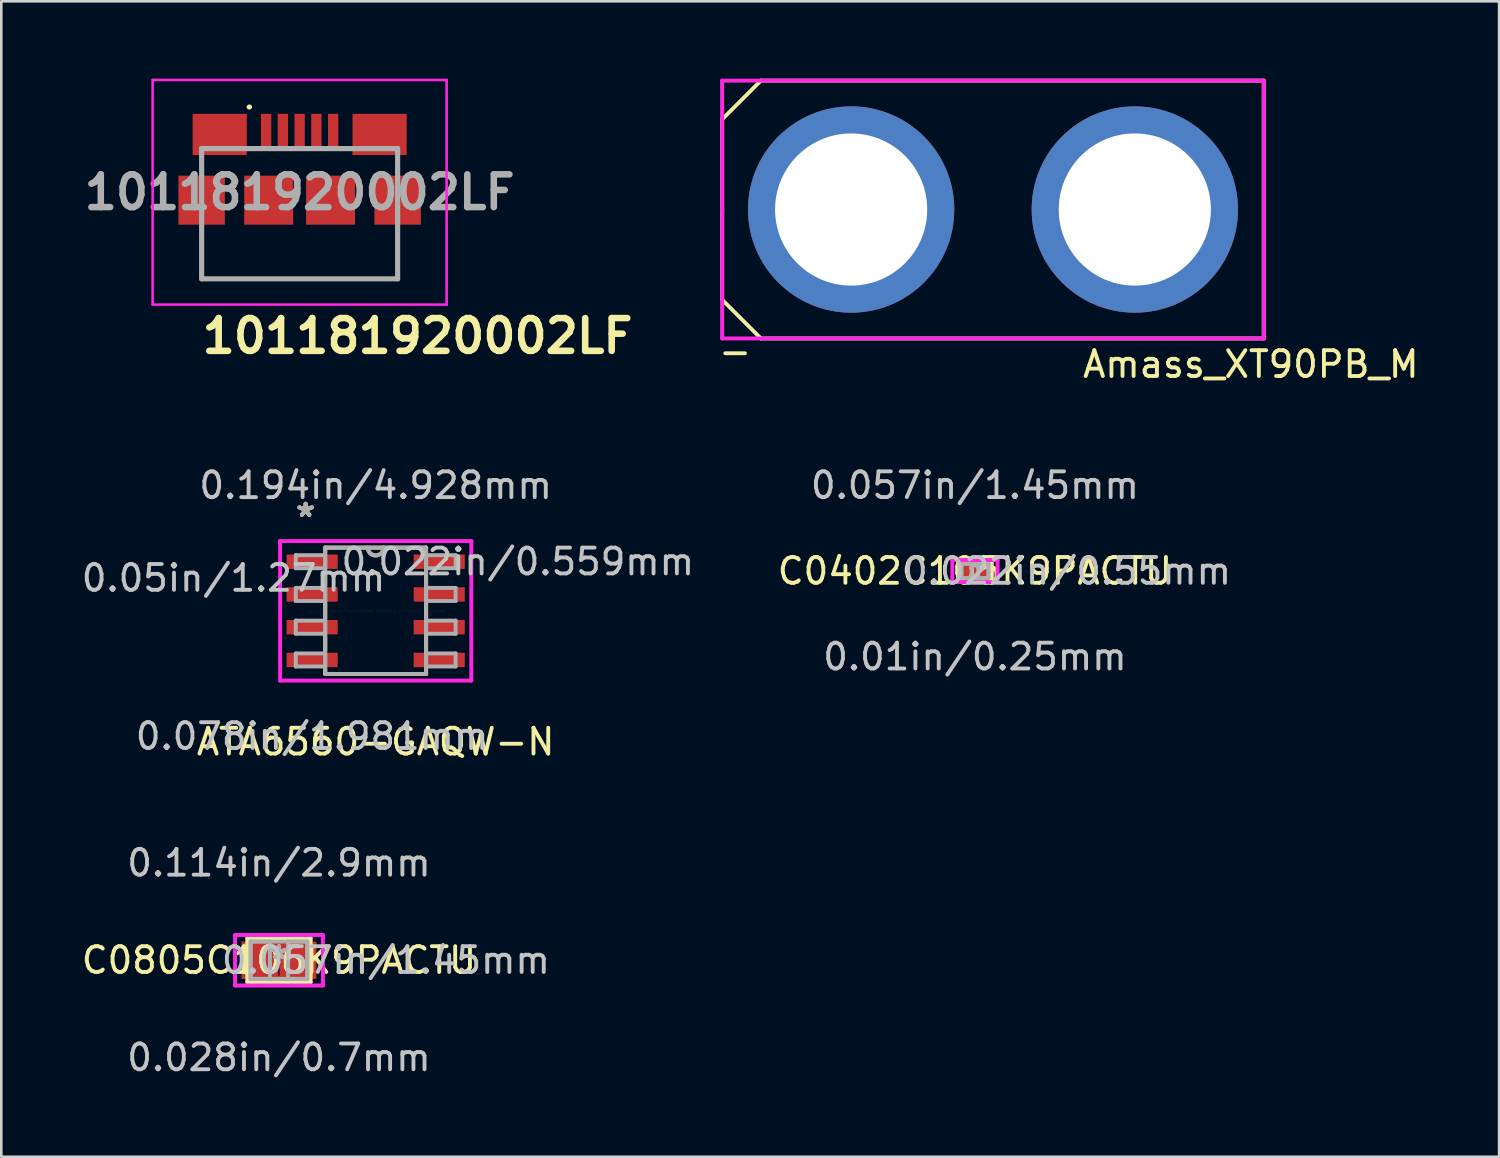
<source format=kicad_pcb>
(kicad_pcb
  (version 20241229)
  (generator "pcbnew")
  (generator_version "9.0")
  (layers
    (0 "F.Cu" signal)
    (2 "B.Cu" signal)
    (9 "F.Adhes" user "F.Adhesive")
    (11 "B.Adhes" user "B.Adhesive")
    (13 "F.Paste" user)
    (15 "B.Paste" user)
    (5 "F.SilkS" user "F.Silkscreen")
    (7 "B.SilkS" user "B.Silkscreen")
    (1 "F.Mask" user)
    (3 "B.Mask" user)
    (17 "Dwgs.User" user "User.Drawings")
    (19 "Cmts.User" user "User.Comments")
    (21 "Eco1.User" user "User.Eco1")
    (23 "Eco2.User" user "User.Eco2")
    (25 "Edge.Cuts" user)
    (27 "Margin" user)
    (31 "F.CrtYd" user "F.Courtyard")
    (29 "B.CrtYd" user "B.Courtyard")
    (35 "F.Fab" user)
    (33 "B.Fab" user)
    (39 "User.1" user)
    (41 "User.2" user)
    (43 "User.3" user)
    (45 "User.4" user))
  (footprint "Amass_XT90PB_M"
    (layer "F.Cu")
    (at 35.455 5.075)
    (property "Reference" "Amass_XT90PB_M" (at 10 6 0) (layer "F.SilkS") (effects (font (size 1 1) (thickness 0.15))))
    (attr through_hole)
    (fp_line (start -10.5 -3.5) (end -9 -5) (stroke (width 0.15) (type solid)) (layer "F.SilkS"))
    (fp_line (start -10.5 0) (end -10.5 -3.5) (stroke (width 0.15) (type solid)) (layer "F.SilkS"))
    (fp_line (start -10.5 3.5) (end -10.5 0) (stroke (width 0.15) (type solid)) (layer "F.SilkS"))
    (fp_line (start -10.5 3.5) (end -9 5) (stroke (width 0.15) (type solid)) (layer "F.SilkS"))
    (fp_line (start -9 -5) (end 10.5 -5) (stroke (width 0.15) (type solid)) (layer "F.SilkS"))
    (fp_line (start 10.5 -5) (end 10.5 5) (stroke (width 0.15) (type solid)) (layer "F.SilkS"))
    (fp_line (start 10.5 5) (end -9 5) (stroke (width 0.15) (type solid)) (layer "F.SilkS"))
    (fp_line (start -10.5 -5) (end 10.5 -5) (stroke (width 0.15) (type solid)) (layer "F.CrtYd"))
    (fp_line (start -10.5 0) (end -10.5 -5) (stroke (width 0.15) (type solid)) (layer "F.CrtYd"))
    (fp_line (start -10.5 5) (end -10.5 0) (stroke (width 0.15) (type solid)) (layer "F.CrtYd"))
    (fp_line (start 10.5 -5) (end 10.5 5) (stroke (width 0.15) (type solid)) (layer "F.CrtYd"))
    (fp_line (start 10.5 5) (end -10.5 5) (stroke (width 0.15) (type solid)) (layer "F.CrtYd"))
    (fp_line (start -10.5 -5) (end -10.5 5) (stroke (width 0.12) (type solid)) (layer "F.Fab"))
    (fp_line (start -10.5 5) (end 10.5 5) (stroke (width 0.12) (type solid)) (layer "F.Fab"))
    (fp_line (start 10.5 -5) (end -10.5 -5) (stroke (width 0.12) (type solid)) (layer "F.Fab"))
    (fp_line (start 10.5 5) (end 10.5 -5) (stroke (width 0.12) (type solid)) (layer "F.Fab"))
    (fp_text user "-" (at -10 5.5 0) (layer "F.SilkS") (effects (font (size 1 1) (thickness 0.15))))
    (pad "1" thru_hole circle (at -5.5 0) (size 8 8) (drill 5.9) (layers "*.Cu" "*.Mask"))
    (pad "2" thru_hole circle (at 5.5 0) (size 8 8) (drill 5.9) (layers "*.Cu" "*.Mask")))
  (footprint "C0805C106K9PACTU"
    (layer "F.Cu")
    (at 7.768 34.185)
    (property "Reference" "C0805C106K9PACTU" (at 0 0 0) (layer "F.SilkS") (effects (font (size 1 1) (thickness 0.15))))
    (attr through_hole)
    (fp_line (start -0.099 -0.674) (end 0.099 -0.674) (stroke (width 0.152) (type solid)) (layer "F.Cu"))
    (fp_line (start -0.099 0.674) (end -0.099 -0.674) (stroke (width 0.152) (type solid)) (layer "F.Cu"))
    (fp_line (start 0.099 -0.674) (end 0.099 0.674) (stroke (width 0.152) (type solid)) (layer "F.Cu"))
    (fp_line (start 0.099 0.674) (end -0.099 0.674) (stroke (width 0.152) (type solid)) (layer "F.Cu"))
    (fp_line (start -1.227 -0.852) (end -1.227 0.852) (stroke (width 0.152) (type solid)) (layer "F.SilkS"))
    (fp_line (start -1.227 0.852) (end 1.227 0.852) (stroke (width 0.152) (type solid)) (layer "F.SilkS"))
    (fp_line (start 1.227 -0.852) (end -1.227 -0.852) (stroke (width 0.152) (type solid)) (layer "F.SilkS"))
    (fp_line (start 1.227 0.852) (end 1.227 -0.852) (stroke (width 0.152) (type solid)) (layer "F.SilkS"))
    (fp_line (start -1.704 -0.979) (end 1.704 -0.979) (stroke (width 0.152) (type solid)) (layer "F.CrtYd"))
    (fp_line (start -1.704 0.979) (end -1.704 -0.979) (stroke (width 0.152) (type solid)) (layer "F.CrtYd"))
    (fp_line (start 1.704 -0.979) (end 1.704 0.979) (stroke (width 0.152) (type solid)) (layer "F.CrtYd"))
    (fp_line (start 1.704 0.979) (end -1.704 0.979) (stroke (width 0.152) (type solid)) (layer "F.CrtYd"))
    (fp_line (start -1.1 -0.725) (end -1.1 0.725) (stroke (width 0.152) (type solid)) (layer "F.Fab"))
    (fp_line (start -1.1 -0.725) (end -1.1 0.725) (stroke (width 0.152) (type solid)) (layer "F.Fab"))
    (fp_line (start -1.1 0.725) (end -0.35 0.725) (stroke (width 0.152) (type solid)) (layer "F.Fab"))
    (fp_line (start -1.1 0.725) (end 1.1 0.725) (stroke (width 0.152) (type solid)) (layer "F.Fab"))
    (fp_line (start -0.35 -0.725) (end -1.1 -0.725) (stroke (width 0.152) (type solid)) (layer "F.Fab"))
    (fp_line (start -0.35 0.725) (end -0.35 -0.725) (stroke (width 0.152) (type solid)) (layer "F.Fab"))
    (fp_line (start 0.35 -0.725) (end 0.35 0.725) (stroke (width 0.152) (type solid)) (layer "F.Fab"))
    (fp_line (start 0.35 0.725) (end 1.1 0.725) (stroke (width 0.152) (type solid)) (layer "F.Fab"))
    (fp_line (start 1.1 -0.725) (end -1.1 -0.725) (stroke (width 0.152) (type solid)) (layer "F.Fab"))
    (fp_line (start 1.1 -0.725) (end 0.35 -0.725) (stroke (width 0.152) (type solid)) (layer "F.Fab"))
    (fp_line (start 1.1 0.725) (end 1.1 -0.725) (stroke (width 0.152) (type solid)) (layer "F.Fab"))
    (fp_line (start 1.1 0.725) (end 1.1 -0.725) (stroke (width 0.152) (type solid)) (layer "F.Fab"))
    (fp_text user "*" (at 0 0 0) (layer "F.SilkS") (effects (font (size 1 1) (thickness 0.15))))
    (fp_text user "0.114in/2.9mm" (at 0 -3.773 0) (layer "Dwgs.User") (effects (font (size 1 1) (thickness 0.15))))
    (fp_text user "0.028in/0.7mm" (at 0 3.773 0) (layer "Dwgs.User") (effects (font (size 1 1) (thickness 0.15))))
    (fp_text user "0.057in/1.45mm" (at 4.148 0 0) (layer "Dwgs.User") (effects (font (size 1 1) (thickness 0.15))))
    (fp_text user "Copyright 2016 Accelerated Designs. All rights reserved." (at 0 0 0) (layer "Cmts.User") (effects (font (size 0.127 0.127) (thickness 0.002))))
    (fp_text user "*" (at 0 0 0) (layer "F.Fab") (effects (font (size 1 1) (thickness 0.15))))
    (pad "1" smd rect (at -0.8 0) (size 1.3 1.45) (layers "F.Cu" "F.Mask" "F.Paste"))
    (pad "2" smd rect (at 0.8 0) (size 1.3 1.45) (layers "F.Cu" "F.Mask" "F.Paste")))
  (footprint "101181920002LF"
    (layer "F.Cu")
    (at 8.569 4.9)
    (property "Reference" "101181920002LF" (at 4.572 5.08 0) (layer "F.SilkS") (effects (font (size 1.27 1.27) (thickness 0.254))))
    (attr smd)
    (fp_line (start -3.8 -1.662) (end -3.8 -1.462) (stroke (width 0.1) (type solid)) (layer "F.SilkS"))
    (fp_line (start -3.8 1.138) (end -3.8 2.862) (stroke (width 0.1) (type solid)) (layer "F.SilkS"))
    (fp_line (start -3.8 2.862) (end 3.8 2.862) (stroke (width 0.1) (type solid)) (layer "F.SilkS"))
    (fp_line (start -2 -3.8) (end -2 -3.8) (stroke (width 0.1) (type solid)) (layer "F.SilkS"))
    (fp_line (start -1.9 -3.8) (end -1.9 -3.8) (stroke (width 0.1) (type solid)) (layer "F.SilkS"))
    (fp_line (start 3.8 -1.662) (end 3.8 -1.462) (stroke (width 0.1) (type solid)) (layer "F.SilkS"))
    (fp_line (start 3.8 2.862) (end 3.8 1.138) (stroke (width 0.1) (type solid)) (layer "F.SilkS"))
    (fp_arc (start -2 -3.8) (mid -1.95 -3.85) (end -1.9 -3.8) (stroke (width 0.1) (type solid)) (layer "F.SilkS"))
    (fp_arc (start -1.9 -3.8) (mid -1.95 -3.75) (end -2 -3.8) (stroke (width 0.1) (type solid)) (layer "F.SilkS"))
    (fp_line (start -5.7 -4.85) (end 5.7 -4.85) (stroke (width 0.1) (type solid)) (layer "F.CrtYd"))
    (fp_line (start -5.7 3.862) (end -5.7 -4.85) (stroke (width 0.1) (type solid)) (layer "F.CrtYd"))
    (fp_line (start 5.7 -4.85) (end 5.7 3.862) (stroke (width 0.1) (type solid)) (layer "F.CrtYd"))
    (fp_line (start 5.7 3.862) (end -5.7 3.862) (stroke (width 0.1) (type solid)) (layer "F.CrtYd"))
    (fp_line (start -3.8 -2.188) (end 3.8 -2.188) (stroke (width 0.2) (type solid)) (layer "F.Fab"))
    (fp_line (start -3.8 2.862) (end -3.8 -2.188) (stroke (width 0.2) (type solid)) (layer "F.Fab"))
    (fp_line (start 3.8 -2.188) (end 3.8 2.862) (stroke (width 0.2) (type solid)) (layer "F.Fab"))
    (fp_line (start 3.8 2.862) (end -3.8 2.862) (stroke (width 0.2) (type solid)) (layer "F.Fab"))
    (fp_text user "${REFERENCE}" (at 0 -0.494 0) (layer "F.Fab") (effects (font (size 1.27 1.27) (thickness 0.254))))
    (pad "1" smd rect (at -1.3 -2.862) (size 0.4 1.35) (layers "F.Cu" "F.Mask" "F.Paste"))
    (pad "2" smd rect (at -0.65 -2.862) (size 0.4 1.35) (layers "F.Cu" "F.Mask" "F.Paste"))
    (pad "3" smd rect (at 0 -2.862) (size 0.4 1.35) (layers "F.Cu" "F.Mask" "F.Paste"))
    (pad "4" smd rect (at 0.65 -2.862) (size 0.4 1.35) (layers "F.Cu" "F.Mask" "F.Paste"))
    (pad "5" smd rect (at 1.3 -2.862) (size 0.4 1.35) (layers "F.Cu" "F.Mask" "F.Paste"))
    (pad "MP1" smd rect (at -3.1 -2.737 90) (size 1.6 2.1) (layers "F.Cu" "F.Mask" "F.Paste"))
    (pad "MP2" smd rect (at -3.8 -0.188) (size 1.8 1.9) (layers "F.Cu" "F.Mask" "F.Paste"))
    (pad "MP3" smd rect (at -1.2 -0.188) (size 1.9 1.9) (layers "F.Cu" "F.Mask" "F.Paste"))
    (pad "MP4" smd rect (at 1.2 -0.188) (size 1.9 1.9) (layers "F.Cu" "F.Mask" "F.Paste"))
    (pad "MP5" smd rect (at 3.8 -0.188) (size 1.8 1.9) (layers "F.Cu" "F.Mask" "F.Paste"))
    (pad "MP6" smd rect (at 3.1 -2.737 90) (size 1.6 2.1) (layers "F.Cu" "F.Mask" "F.Paste")))
  (footprint "C0402C105K9PACTU"
    (layer "F.Cu")
    (at 34.756 19.094)
    (property "Reference" "C0402C105K9PACTU" (at 0 0 0) (layer "F.SilkS") (effects (font (size 1 1) (thickness 0.15))))
    (attr through_hole)
    (fp_line (start -0.024 -0.224) (end 0.024 -0.224) (stroke (width 0.152) (type solid)) (layer "F.Cu"))
    (fp_line (start -0.024 0.224) (end -0.024 -0.224) (stroke (width 0.152) (type solid)) (layer "F.Cu"))
    (fp_line (start 0.024 -0.224) (end 0.024 0.224) (stroke (width 0.152) (type solid)) (layer "F.Cu"))
    (fp_line (start 0.024 0.224) (end -0.024 0.224) (stroke (width 0.152) (type solid)) (layer "F.Cu"))
    (fp_line (start -0.652 -0.402) (end -0.652 0.402) (stroke (width 0.152) (type solid)) (layer "F.SilkS"))
    (fp_line (start -0.652 0.402) (end 0.652 0.402) (stroke (width 0.152) (type solid)) (layer "F.SilkS"))
    (fp_line (start 0.652 -0.402) (end -0.652 -0.402) (stroke (width 0.152) (type solid)) (layer "F.SilkS"))
    (fp_line (start 0.652 0.402) (end 0.652 -0.402) (stroke (width 0.152) (type solid)) (layer "F.SilkS"))
    (fp_line (start -0.877 -0.427) (end 0.877 -0.427) (stroke (width 0.152) (type solid)) (layer "F.CrtYd"))
    (fp_line (start -0.877 0.427) (end -0.877 -0.427) (stroke (width 0.152) (type solid)) (layer "F.CrtYd"))
    (fp_line (start 0.877 -0.427) (end 0.877 0.427) (stroke (width 0.152) (type solid)) (layer "F.CrtYd"))
    (fp_line (start 0.877 0.427) (end -0.877 0.427) (stroke (width 0.152) (type solid)) (layer "F.CrtYd"))
    (fp_line (start -0.525 -0.275) (end -0.525 0.275) (stroke (width 0.152) (type solid)) (layer "F.Fab"))
    (fp_line (start -0.525 -0.275) (end -0.525 0.275) (stroke (width 0.152) (type solid)) (layer "F.Fab"))
    (fp_line (start -0.525 0.275) (end -0.125 0.275) (stroke (width 0.152) (type solid)) (layer "F.Fab"))
    (fp_line (start -0.525 0.275) (end 0.525 0.275) (stroke (width 0.152) (type solid)) (layer "F.Fab"))
    (fp_line (start -0.125 -0.275) (end -0.525 -0.275) (stroke (width 0.152) (type solid)) (layer "F.Fab"))
    (fp_line (start -0.125 0.275) (end -0.125 -0.275) (stroke (width 0.152) (type solid)) (layer "F.Fab"))
    (fp_line (start 0.125 -0.275) (end 0.125 0.275) (stroke (width 0.152) (type solid)) (layer "F.Fab"))
    (fp_line (start 0.125 0.275) (end 0.525 0.275) (stroke (width 0.152) (type solid)) (layer "F.Fab"))
    (fp_line (start 0.525 -0.275) (end -0.525 -0.275) (stroke (width 0.152) (type solid)) (layer "F.Fab"))
    (fp_line (start 0.525 -0.275) (end 0.125 -0.275) (stroke (width 0.152) (type solid)) (layer "F.Fab"))
    (fp_line (start 0.525 0.275) (end 0.525 -0.275) (stroke (width 0.152) (type solid)) (layer "F.Fab"))
    (fp_line (start 0.525 0.275) (end 0.525 -0.275) (stroke (width 0.152) (type solid)) (layer "F.Fab"))
    (fp_text user "*" (at 0 0 0) (layer "F.SilkS") (effects (font (size 1 1) (thickness 0.15))))
    (fp_text user "0.057in/1.45mm" (at 0 -3.323 0) (layer "Dwgs.User") (effects (font (size 1 1) (thickness 0.15))))
    (fp_text user "0.01in/0.25mm" (at 0 3.323 0) (layer "Dwgs.User") (effects (font (size 1 1) (thickness 0.15))))
    (fp_text user "0.022in/0.55mm" (at 3.573 0 0) (layer "Dwgs.User") (effects (font (size 1 1) (thickness 0.15))))
    (fp_text user "Copyright 2016 Accelerated Designs. All rights reserved." (at 0 0 0) (layer "Cmts.User") (effects (font (size 0.127 0.127) (thickness 0.002))))
    (fp_text user "*" (at 0 0 0) (layer "F.Fab") (effects (font (size 1 1) (thickness 0.15))))
    (pad "1" smd rect (at -0.4 0) (size 0.65 0.55) (layers "F.Cu" "F.Mask" "F.Paste"))
    (pad "2" smd rect (at 0.4 0) (size 0.65 0.55) (layers "F.Cu" "F.Mask" "F.Paste")))
  (footprint "ATA6560-GAQW-N"
    (layer "F.Cu")
    (at 11.518 20.636)
    (property "Reference" "ATA6560-GAQW-N" (at 0 5.08 0) (layer "F.SilkS") (effects (font (size 1 1) (thickness 0.15))))
    (attr through_hole)
    (fp_line (start -1.956 -2.451) (end -1.956 -2.261) (stroke (width 0.152) (type solid)) (layer "F.SilkS"))
    (fp_line (start -1.956 -1.549) (end -1.956 -0.991) (stroke (width 0.152) (type solid)) (layer "F.SilkS"))
    (fp_line (start -1.956 -0.279) (end -1.956 0.279) (stroke (width 0.152) (type solid)) (layer "F.SilkS"))
    (fp_line (start -1.956 0.991) (end -1.956 1.549) (stroke (width 0.152) (type solid)) (layer "F.SilkS"))
    (fp_line (start -1.956 2.261) (end -1.956 2.451) (stroke (width 0.152) (type solid)) (layer "F.SilkS"))
    (fp_line (start -1.956 2.451) (end 1.956 2.451) (stroke (width 0.152) (type solid)) (layer "F.SilkS"))
    (fp_line (start 1.956 -2.451) (end -1.956 -2.451) (stroke (width 0.152) (type solid)) (layer "F.SilkS"))
    (fp_line (start 1.956 -2.261) (end 1.956 -2.451) (stroke (width 0.152) (type solid)) (layer "F.SilkS"))
    (fp_line (start 1.956 -0.991) (end 1.956 -1.549) (stroke (width 0.152) (type solid)) (layer "F.SilkS"))
    (fp_line (start 1.956 0.279) (end 1.956 -0.279) (stroke (width 0.152) (type solid)) (layer "F.SilkS"))
    (fp_line (start 1.956 1.549) (end 1.956 0.991) (stroke (width 0.152) (type solid)) (layer "F.SilkS"))
    (fp_line (start 1.956 2.451) (end 1.956 2.261) (stroke (width 0.152) (type solid)) (layer "F.SilkS"))
    (fp_arc (start 0.3048 -2.4511) (mid 0 -2.1463) (end -0.3048 -2.4511) (stroke (width 0.1524) (type solid)) (layer "F.SilkS"))
    (fp_line (start -3.708 -2.705) (end 3.708 -2.705) (stroke (width 0.152) (type solid)) (layer "F.CrtYd"))
    (fp_line (start -3.708 2.705) (end -3.708 -2.705) (stroke (width 0.152) (type solid)) (layer "F.CrtYd"))
    (fp_line (start 3.708 -2.705) (end 3.708 2.705) (stroke (width 0.152) (type solid)) (layer "F.CrtYd"))
    (fp_line (start 3.708 2.705) (end -3.708 2.705) (stroke (width 0.152) (type solid)) (layer "F.CrtYd"))
    (fp_line (start -3.099 -2.159) (end -3.099 -1.651) (stroke (width 0.152) (type solid)) (layer "F.Fab"))
    (fp_line (start -3.099 -1.651) (end -1.956 -1.651) (stroke (width 0.152) (type solid)) (layer "F.Fab"))
    (fp_line (start -3.099 -0.889) (end -3.099 -0.381) (stroke (width 0.152) (type solid)) (layer "F.Fab"))
    (fp_line (start -3.099 -0.381) (end -1.956 -0.381) (stroke (width 0.152) (type solid)) (layer "F.Fab"))
    (fp_line (start -3.099 0.381) (end -3.099 0.889) (stroke (width 0.152) (type solid)) (layer "F.Fab"))
    (fp_line (start -3.099 0.889) (end -1.956 0.889) (stroke (width 0.152) (type solid)) (layer "F.Fab"))
    (fp_line (start -3.099 1.651) (end -3.099 2.159) (stroke (width 0.152) (type solid)) (layer "F.Fab"))
    (fp_line (start -3.099 2.159) (end -1.956 2.159) (stroke (width 0.152) (type solid)) (layer "F.Fab"))
    (fp_line (start -1.956 -2.451) (end -1.956 2.451) (stroke (width 0.152) (type solid)) (layer "F.Fab"))
    (fp_line (start -1.956 -2.159) (end -3.099 -2.159) (stroke (width 0.152) (type solid)) (layer "F.Fab"))
    (fp_line (start -1.956 -1.651) (end -1.956 -2.159) (stroke (width 0.152) (type solid)) (layer "F.Fab"))
    (fp_line (start -1.956 -0.889) (end -3.099 -0.889) (stroke (width 0.152) (type solid)) (layer "F.Fab"))
    (fp_line (start -1.956 -0.381) (end -1.956 -0.889) (stroke (width 0.152) (type solid)) (layer "F.Fab"))
    (fp_line (start -1.956 0.381) (end -3.099 0.381) (stroke (width 0.152) (type solid)) (layer "F.Fab"))
    (fp_line (start -1.956 0.889) (end -1.956 0.381) (stroke (width 0.152) (type solid)) (layer "F.Fab"))
    (fp_line (start -1.956 1.651) (end -3.099 1.651) (stroke (width 0.152) (type solid)) (layer "F.Fab"))
    (fp_line (start -1.956 2.159) (end -1.956 1.651) (stroke (width 0.152) (type solid)) (layer "F.Fab"))
    (fp_line (start -1.956 2.451) (end 1.956 2.451) (stroke (width 0.152) (type solid)) (layer "F.Fab"))
    (fp_line (start 1.956 -2.451) (end -1.956 -2.451) (stroke (width 0.152) (type solid)) (layer "F.Fab"))
    (fp_line (start 1.956 -2.159) (end 1.956 -1.651) (stroke (width 0.152) (type solid)) (layer "F.Fab"))
    (fp_line (start 1.956 -1.651) (end 3.099 -1.651) (stroke (width 0.152) (type solid)) (layer "F.Fab"))
    (fp_line (start 1.956 -0.889) (end 1.956 -0.381) (stroke (width 0.152) (type solid)) (layer "F.Fab"))
    (fp_line (start 1.956 -0.381) (end 3.099 -0.381) (stroke (width 0.152) (type solid)) (layer "F.Fab"))
    (fp_line (start 1.956 0.381) (end 1.956 0.889) (stroke (width 0.152) (type solid)) (layer "F.Fab"))
    (fp_line (start 1.956 0.889) (end 3.099 0.889) (stroke (width 0.152) (type solid)) (layer "F.Fab"))
    (fp_line (start 1.956 1.651) (end 1.956 2.159) (stroke (width 0.152) (type solid)) (layer "F.Fab"))
    (fp_line (start 1.956 2.159) (end 3.099 2.159) (stroke (width 0.152) (type solid)) (layer "F.Fab"))
    (fp_line (start 1.956 2.451) (end 1.956 -2.451) (stroke (width 0.152) (type solid)) (layer "F.Fab"))
    (fp_line (start 3.099 -2.159) (end 1.956 -2.159) (stroke (width 0.152) (type solid)) (layer "F.Fab"))
    (fp_line (start 3.099 -1.651) (end 3.099 -2.159) (stroke (width 0.152) (type solid)) (layer "F.Fab"))
    (fp_line (start 3.099 -0.889) (end 1.956 -0.889) (stroke (width 0.152) (type solid)) (layer "F.Fab"))
    (fp_line (start 3.099 -0.381) (end 3.099 -0.889) (stroke (width 0.152) (type solid)) (layer "F.Fab"))
    (fp_line (start 3.099 0.381) (end 1.956 0.381) (stroke (width 0.152) (type solid)) (layer "F.Fab"))
    (fp_line (start 3.099 0.889) (end 3.099 0.381) (stroke (width 0.152) (type solid)) (layer "F.Fab"))
    (fp_line (start 3.099 1.651) (end 1.956 1.651) (stroke (width 0.152) (type solid)) (layer "F.Fab"))
    (fp_line (start 3.099 2.159) (end 3.099 1.651) (stroke (width 0.152) (type solid)) (layer "F.Fab"))
    (fp_arc (start 0.3048 -2.4511) (mid 0 -2.1463) (end -0.3048 -2.4511) (stroke (width 0.1524) (type solid)) (layer "F.Fab"))
    (fp_text user "*" (at -2.718 -3.607 0) (layer "F.SilkS") (effects (font (size 1 1) (thickness 0.15))))
    (fp_text user "*" (at -2.718 -3.607 0) (layer "F.SilkS") (effects (font (size 1 1) (thickness 0.15))))
    (fp_text user "0.078in/1.981mm" (at -2.464 4.864 0) (layer "Dwgs.User") (effects (font (size 1 1) (thickness 0.15))))
    (fp_text user "0.194in/4.928mm" (at 0 -4.864 0) (layer "Dwgs.User") (effects (font (size 1 1) (thickness 0.15))))
    (fp_text user "0.05in/1.27mm" (at -5.512 -1.27 0) (layer "Dwgs.User") (effects (font (size 1 1) (thickness 0.15))))
    (fp_text user "0.022in/0.559mm" (at 5.512 -1.905 0) (layer "Dwgs.User") (effects (font (size 1 1) (thickness 0.15))))
    (fp_text user "Copyright 2016 Accelerated Designs. All rights reserved." (at 0 0 0) (layer "Cmts.User") (effects (font (size 0.127 0.127) (thickness 0.002))))
    (fp_text user "*" (at -2.718 -3.607 0) (layer "F.Fab") (effects (font (size 1 1) (thickness 0.15))))
    (fp_text user "*" (at -2.718 -3.607 0) (layer "F.Fab") (effects (font (size 1 1) (thickness 0.15))))
    (pad "1" smd rect (at -2.464 -1.905) (size 1.981 0.559) (layers "F.Cu" "F.Mask" "F.Paste"))
    (pad "2" smd rect (at -2.464 -0.635) (size 1.981 0.559) (layers "F.Cu" "F.Mask" "F.Paste"))
    (pad "3" smd rect (at -2.464 0.635) (size 1.981 0.559) (layers "F.Cu" "F.Mask" "F.Paste"))
    (pad "4" smd rect (at -2.464 1.905) (size 1.981 0.559) (layers "F.Cu" "F.Mask" "F.Paste"))
    (pad "5" smd rect (at 2.464 1.905) (size 1.981 0.559) (layers "F.Cu" "F.Mask" "F.Paste"))
    (pad "6" smd rect (at 2.464 0.635) (size 1.981 0.559) (layers "F.Cu" "F.Mask" "F.Paste"))
    (pad "7" smd rect (at 2.464 -0.635) (size 1.981 0.559) (layers "F.Cu" "F.Mask" "F.Paste"))
    (pad "8" smd rect (at 2.464 -1.905) (size 1.981 0.559) (layers "F.Cu" "F.Mask" "F.Paste")))
  (gr_rect
    (start -3 -3)
    (end 55.08 41.806)
    (stroke (width 0.1) (type default))
    (fill no)
    (layer "Edge.Cuts")))
</source>
